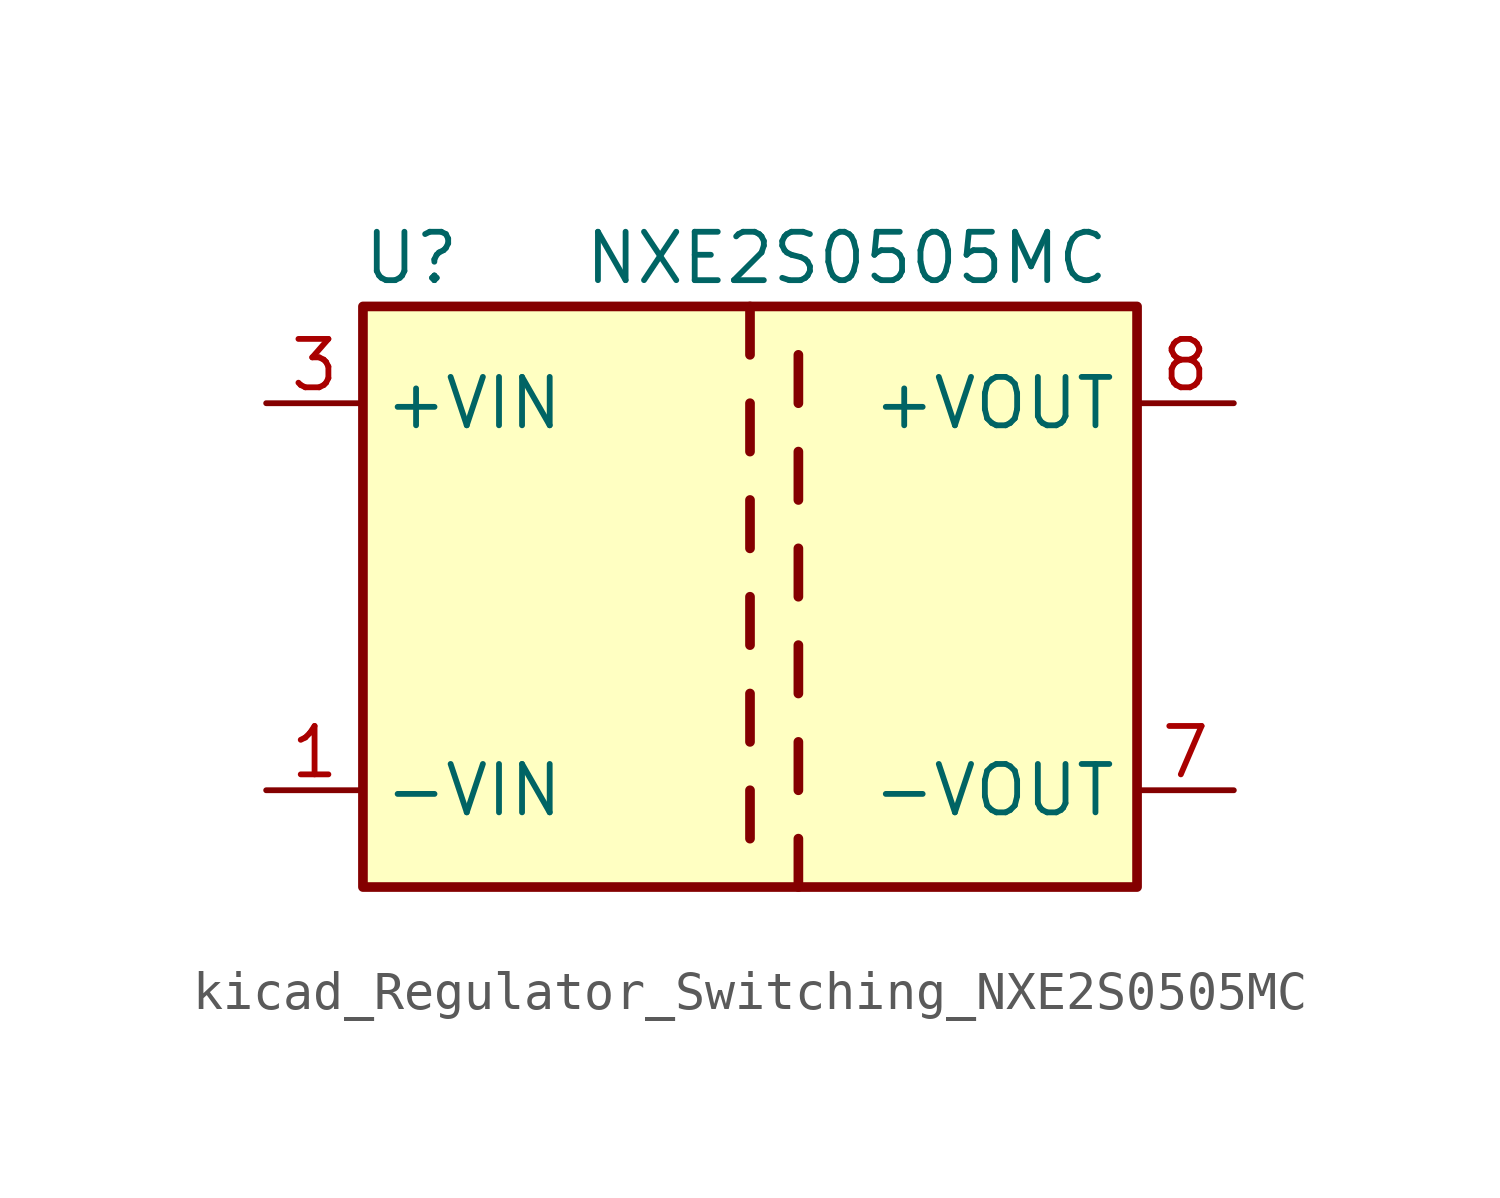
<source format=kicad_sym>
(kicad_symbol_lib
  (version 20220914)
  (generator kicad_symbol_editor)
  (symbol "kicad_Regulator_Switching_NXE2S0505MC"
    (property "Reference" "U"
      (at -8.89 8.89 0)
      (effects (font (size 1.27 1.27))))
    (property "Value" "NXE2S0505MC"
      (at 2.54 8.89 0)
      (effects (font (size 1.27 1.27))))
    (symbol "kicad_Regulator_Switching_NXE2S0505MC_0_1"
      (rectangle (start -10.16 7.62) (end 10.16 -7.62) (stroke (width 0.254) (type default)) (fill (type background)))
      (polyline (pts (xy 0 -5.08) (xy 0 -6.35)) (stroke (width 0.254) (type default)) (fill (type none)))
      (polyline (pts (xy 0 -2.54) (xy 0 -3.81)) (stroke (width 0.254) (type default)) (fill (type none)))
      (polyline (pts (xy 0 0) (xy 0 -1.27)) (stroke (width 0.254) (type default)) (fill (type none)))
      (polyline (pts (xy 0 2.54) (xy 0 1.27)) (stroke (width 0.254) (type default)) (fill (type none)))
      (polyline (pts (xy 0 5.08) (xy 0 3.81)) (stroke (width 0.254) (type default)) (fill (type none)))
      (polyline (pts (xy 0 7.62) (xy 0 6.35)) (stroke (width 0.254) (type default)) (fill (type none)))
      (polyline (pts (xy 1.27 -7.62) (xy 1.27 -6.35)) (stroke (width 0.254) (type default)) (fill (type none)))
      (polyline (pts (xy 1.27 -5.08) (xy 1.27 -3.81)) (stroke (width 0.254) (type default)) (fill (type none)))
      (polyline (pts (xy 1.27 -2.54) (xy 1.27 -1.27)) (stroke (width 0.254) (type default)) (fill (type none)))
      (polyline (pts (xy 1.27 0) (xy 1.27 1.27)) (stroke (width 0.254) (type default)) (fill (type none)))
      (polyline (pts (xy 1.27 2.54) (xy 1.27 3.81)) (stroke (width 0.254) (type default)) (fill (type none)))
      (polyline (pts (xy 1.27 5.08) (xy 1.27 6.35)) (stroke (width 0.254) (type default)) (fill (type none))))
    (symbol "kicad_Regulator_Switching_NXE2S0505MC_1_1"
      (pin power_in line (at -12.7 -5.08 0) (length 2.54) (name "-VIN" (effects (font (size 1.27 1.27)))) (number "1" (effects (font (size 1.27 1.27)))))
      (pin no_connect line (at -10.16 0 0) (length 2.54) hide (name "NC" (effects (font (size 1.27 1.27)))) (number "14" (effects (font (size 1.27 1.27)))))
      (pin power_in line (at -12.7 5.08 0) (length 2.54) (name "+VIN" (effects (font (size 1.27 1.27)))) (number "3" (effects (font (size 1.27 1.27)))))
      (pin power_out line (at 12.7 -5.08 180) (length 2.54) (name "-VOUT" (effects (font (size 1.27 1.27)))) (number "7" (effects (font (size 1.27 1.27)))))
      (pin power_out line (at 12.7 5.08 180) (length 2.54) (name "+VOUT" (effects (font (size 1.27 1.27)))) (number "8" (effects (font (size 1.27 1.27))))))))
</source>
